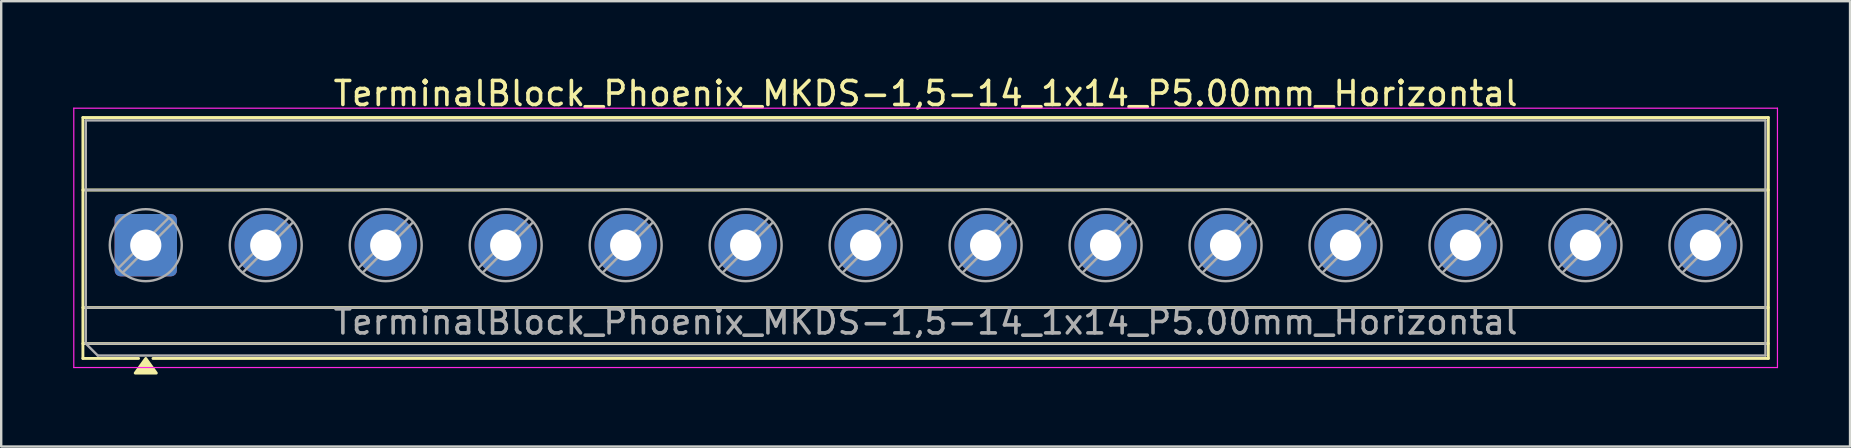
<source format=kicad_pcb>
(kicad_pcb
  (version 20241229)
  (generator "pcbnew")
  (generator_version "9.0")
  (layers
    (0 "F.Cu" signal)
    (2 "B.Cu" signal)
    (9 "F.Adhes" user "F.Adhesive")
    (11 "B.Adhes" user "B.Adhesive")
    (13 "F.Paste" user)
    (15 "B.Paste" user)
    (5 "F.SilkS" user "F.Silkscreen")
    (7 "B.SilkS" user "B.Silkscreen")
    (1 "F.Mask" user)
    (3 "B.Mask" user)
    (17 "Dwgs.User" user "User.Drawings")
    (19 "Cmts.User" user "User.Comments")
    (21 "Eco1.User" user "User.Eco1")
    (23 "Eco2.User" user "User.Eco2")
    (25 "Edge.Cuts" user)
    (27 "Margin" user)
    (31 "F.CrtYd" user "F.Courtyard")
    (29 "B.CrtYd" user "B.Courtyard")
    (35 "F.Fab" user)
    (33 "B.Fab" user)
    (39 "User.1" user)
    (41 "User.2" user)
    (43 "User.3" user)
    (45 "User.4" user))
  (footprint "TerminalBlock_Phoenix_MKDS-1,5-14_1x14_P5.00mm_Horizontal"
    (layer "F.Cu")
    (at 3.025 7.168)
    (property "Reference" "TerminalBlock_Phoenix_MKDS-1,5-14_1x14_P5.00mm_Horizontal" (at 32.5 -6.32 0) (layer "F.SilkS") (effects (font (size 1 1) (thickness 0.15))))
    (attr through_hole)
    (fp_line (start -2.62 -5.32) (end -2.62 4.72) (stroke (width 0.12) (type solid)) (layer "F.SilkS"))
    (fp_line (start -2.62 -5.32) (end 67.62 -5.32) (stroke (width 0.12) (type solid)) (layer "F.SilkS"))
    (fp_line (start -2.62 -2.3) (end 67.62 -2.3) (stroke (width 0.12) (type solid)) (layer "F.SilkS"))
    (fp_line (start -2.62 2.6) (end 67.62 2.6) (stroke (width 0.12) (type solid)) (layer "F.SilkS"))
    (fp_line (start -2.62 4.1) (end 67.62 4.1) (stroke (width 0.12) (type solid)) (layer "F.SilkS"))
    (fp_line (start -2.62 4.72) (end -0.3 4.72) (stroke (width 0.12) (type solid)) (layer "F.SilkS"))
    (fp_line (start 0.3 4.72) (end 67.62 4.72) (stroke (width 0.12) (type solid)) (layer "F.SilkS"))
    (fp_line (start 67.62 -5.32) (end 67.62 4.72) (stroke (width 0.12) (type solid)) (layer "F.SilkS"))
    (fp_poly (pts (xy 0 4.72) (xy 0.44 5.33) (xy -0.44 5.33)) (stroke (width 0.12) (type solid)) (fill yes) (layer "F.SilkS"))
    (fp_line (start -3 -5.71) (end -3 5.1) (stroke (width 0.05) (type solid)) (layer "F.CrtYd"))
    (fp_line (start -3 5.1) (end 68 5.1) (stroke (width 0.05) (type solid)) (layer "F.CrtYd"))
    (fp_line (start 68 -5.71) (end -3 -5.71) (stroke (width 0.05) (type solid)) (layer "F.CrtYd"))
    (fp_line (start 68 5.1) (end 68 -5.71) (stroke (width 0.05) (type solid)) (layer "F.CrtYd"))
    (fp_line (start -2.5 -5.2) (end 67.5 -5.2) (stroke (width 0.1) (type solid)) (layer "F.Fab"))
    (fp_line (start -2.5 -2.3) (end 67.5 -2.3) (stroke (width 0.1) (type solid)) (layer "F.Fab"))
    (fp_line (start -2.5 2.6) (end 67.5 2.6) (stroke (width 0.1) (type solid)) (layer "F.Fab"))
    (fp_line (start -2.5 4.1) (end -2.5 -5.2) (stroke (width 0.1) (type solid)) (layer "F.Fab"))
    (fp_line (start -2.5 4.1) (end 67.5 4.1) (stroke (width 0.1) (type solid)) (layer "F.Fab"))
    (fp_line (start -2 4.6) (end -2.5 4.1) (stroke (width 0.1) (type solid)) (layer "F.Fab"))
    (fp_line (start 0.955 -1.138) (end -1.138 0.954) (stroke (width 0.1) (type solid)) (layer "F.Fab"))
    (fp_line (start 1.138 -0.954) (end -0.955 1.137) (stroke (width 0.1) (type solid)) (layer "F.Fab"))
    (fp_line (start 5.955 -1.138) (end 3.862 0.954) (stroke (width 0.1) (type solid)) (layer "F.Fab"))
    (fp_line (start 6.138 -0.954) (end 4.045 1.137) (stroke (width 0.1) (type solid)) (layer "F.Fab"))
    (fp_line (start 10.955 -1.138) (end 8.862 0.954) (stroke (width 0.1) (type solid)) (layer "F.Fab"))
    (fp_line (start 11.138 -0.954) (end 9.045 1.137) (stroke (width 0.1) (type solid)) (layer "F.Fab"))
    (fp_line (start 15.955 -1.138) (end 13.862 0.954) (stroke (width 0.1) (type solid)) (layer "F.Fab"))
    (fp_line (start 16.138 -0.954) (end 14.045 1.137) (stroke (width 0.1) (type solid)) (layer "F.Fab"))
    (fp_line (start 20.955 -1.138) (end 18.862 0.954) (stroke (width 0.1) (type solid)) (layer "F.Fab"))
    (fp_line (start 21.138 -0.954) (end 19.045 1.137) (stroke (width 0.1) (type solid)) (layer "F.Fab"))
    (fp_line (start 25.955 -1.138) (end 23.862 0.954) (stroke (width 0.1) (type solid)) (layer "F.Fab"))
    (fp_line (start 26.138 -0.954) (end 24.045 1.137) (stroke (width 0.1) (type solid)) (layer "F.Fab"))
    (fp_line (start 30.955 -1.138) (end 28.862 0.954) (stroke (width 0.1) (type solid)) (layer "F.Fab"))
    (fp_line (start 31.138 -0.954) (end 29.045 1.137) (stroke (width 0.1) (type solid)) (layer "F.Fab"))
    (fp_line (start 35.955 -1.138) (end 33.862 0.954) (stroke (width 0.1) (type solid)) (layer "F.Fab"))
    (fp_line (start 36.138 -0.954) (end 34.045 1.137) (stroke (width 0.1) (type solid)) (layer "F.Fab"))
    (fp_line (start 40.955 -1.138) (end 38.862 0.954) (stroke (width 0.1) (type solid)) (layer "F.Fab"))
    (fp_line (start 41.138 -0.954) (end 39.045 1.137) (stroke (width 0.1) (type solid)) (layer "F.Fab"))
    (fp_line (start 45.955 -1.138) (end 43.862 0.954) (stroke (width 0.1) (type solid)) (layer "F.Fab"))
    (fp_line (start 46.138 -0.954) (end 44.045 1.137) (stroke (width 0.1) (type solid)) (layer "F.Fab"))
    (fp_line (start 50.955 -1.138) (end 48.862 0.954) (stroke (width 0.1) (type solid)) (layer "F.Fab"))
    (fp_line (start 51.138 -0.954) (end 49.045 1.137) (stroke (width 0.1) (type solid)) (layer "F.Fab"))
    (fp_line (start 55.955 -1.138) (end 53.862 0.954) (stroke (width 0.1) (type solid)) (layer "F.Fab"))
    (fp_line (start 56.138 -0.954) (end 54.045 1.137) (stroke (width 0.1) (type solid)) (layer "F.Fab"))
    (fp_line (start 60.955 -1.138) (end 58.862 0.954) (stroke (width 0.1) (type solid)) (layer "F.Fab"))
    (fp_line (start 61.138 -0.954) (end 59.045 1.137) (stroke (width 0.1) (type solid)) (layer "F.Fab"))
    (fp_line (start 65.955 -1.138) (end 63.862 0.954) (stroke (width 0.1) (type solid)) (layer "F.Fab"))
    (fp_line (start 66.138 -0.954) (end 64.045 1.137) (stroke (width 0.1) (type solid)) (layer "F.Fab"))
    (fp_line (start 67.5 -5.2) (end 67.5 4.6) (stroke (width 0.1) (type solid)) (layer "F.Fab"))
    (fp_line (start 67.5 4.6) (end -2 4.6) (stroke (width 0.1) (type solid)) (layer "F.Fab"))
    (fp_circle (center 0 0) (end 1.5 0) (stroke (width 0.1) (type solid)) (fill no) (layer "F.Fab"))
    (fp_circle (center 5 0) (end 6.5 0) (stroke (width 0.1) (type solid)) (fill no) (layer "F.Fab"))
    (fp_circle (center 10 0) (end 11.5 0) (stroke (width 0.1) (type solid)) (fill no) (layer "F.Fab"))
    (fp_circle (center 15 0) (end 16.5 0) (stroke (width 0.1) (type solid)) (fill no) (layer "F.Fab"))
    (fp_circle (center 20 0) (end 21.5 0) (stroke (width 0.1) (type solid)) (fill no) (layer "F.Fab"))
    (fp_circle (center 25 0) (end 26.5 0) (stroke (width 0.1) (type solid)) (fill no) (layer "F.Fab"))
    (fp_circle (center 30 0) (end 31.5 0) (stroke (width 0.1) (type solid)) (fill no) (layer "F.Fab"))
    (fp_circle (center 35 0) (end 36.5 0) (stroke (width 0.1) (type solid)) (fill no) (layer "F.Fab"))
    (fp_circle (center 40 0) (end 41.5 0) (stroke (width 0.1) (type solid)) (fill no) (layer "F.Fab"))
    (fp_circle (center 45 0) (end 46.5 0) (stroke (width 0.1) (type solid)) (fill no) (layer "F.Fab"))
    (fp_circle (center 50 0) (end 51.5 0) (stroke (width 0.1) (type solid)) (fill no) (layer "F.Fab"))
    (fp_circle (center 55 0) (end 56.5 0) (stroke (width 0.1) (type solid)) (fill no) (layer "F.Fab"))
    (fp_circle (center 60 0) (end 61.5 0) (stroke (width 0.1) (type solid)) (fill no) (layer "F.Fab"))
    (fp_circle (center 65 0) (end 66.5 0) (stroke (width 0.1) (type solid)) (fill no) (layer "F.Fab"))
    (fp_text user "${REFERENCE}" (at 32.5 3.2 0) (layer "F.Fab") (effects (font (size 1 1) (thickness 0.15))))
    (pad "1" thru_hole roundrect (at 0 0) (size 2.6 2.6) (drill 1.3) (layers "*.Cu" "*.Mask") (roundrect_rratio 0.096))
    (pad "2" thru_hole circle (at 5 0) (size 2.6 2.6) (drill 1.3) (layers "*.Cu" "*.Mask"))
    (pad "3" thru_hole circle (at 10 0) (size 2.6 2.6) (drill 1.3) (layers "*.Cu" "*.Mask"))
    (pad "4" thru_hole circle (at 15 0) (size 2.6 2.6) (drill 1.3) (layers "*.Cu" "*.Mask"))
    (pad "5" thru_hole circle (at 20 0) (size 2.6 2.6) (drill 1.3) (layers "*.Cu" "*.Mask"))
    (pad "6" thru_hole circle (at 25 0) (size 2.6 2.6) (drill 1.3) (layers "*.Cu" "*.Mask"))
    (pad "7" thru_hole circle (at 30 0) (size 2.6 2.6) (drill 1.3) (layers "*.Cu" "*.Mask"))
    (pad "8" thru_hole circle (at 35 0) (size 2.6 2.6) (drill 1.3) (layers "*.Cu" "*.Mask"))
    (pad "9" thru_hole circle (at 40 0) (size 2.6 2.6) (drill 1.3) (layers "*.Cu" "*.Mask"))
    (pad "10" thru_hole circle (at 45 0) (size 2.6 2.6) (drill 1.3) (layers "*.Cu" "*.Mask"))
    (pad "11" thru_hole circle (at 50 0) (size 2.6 2.6) (drill 1.3) (layers "*.Cu" "*.Mask"))
    (pad "12" thru_hole circle (at 55 0) (size 2.6 2.6) (drill 1.3) (layers "*.Cu" "*.Mask"))
    (pad "13" thru_hole circle (at 60 0) (size 2.6 2.6) (drill 1.3) (layers "*.Cu" "*.Mask"))
    (pad "14" thru_hole circle (at 65 0) (size 2.6 2.6) (drill 1.3) (layers "*.Cu" "*.Mask")))
  (gr_rect
    (start -3 -3)
    (end 74.05 15.558)
    (stroke (width 0.1) (type default))
    (fill no)
    (layer "Edge.Cuts")))
</source>
